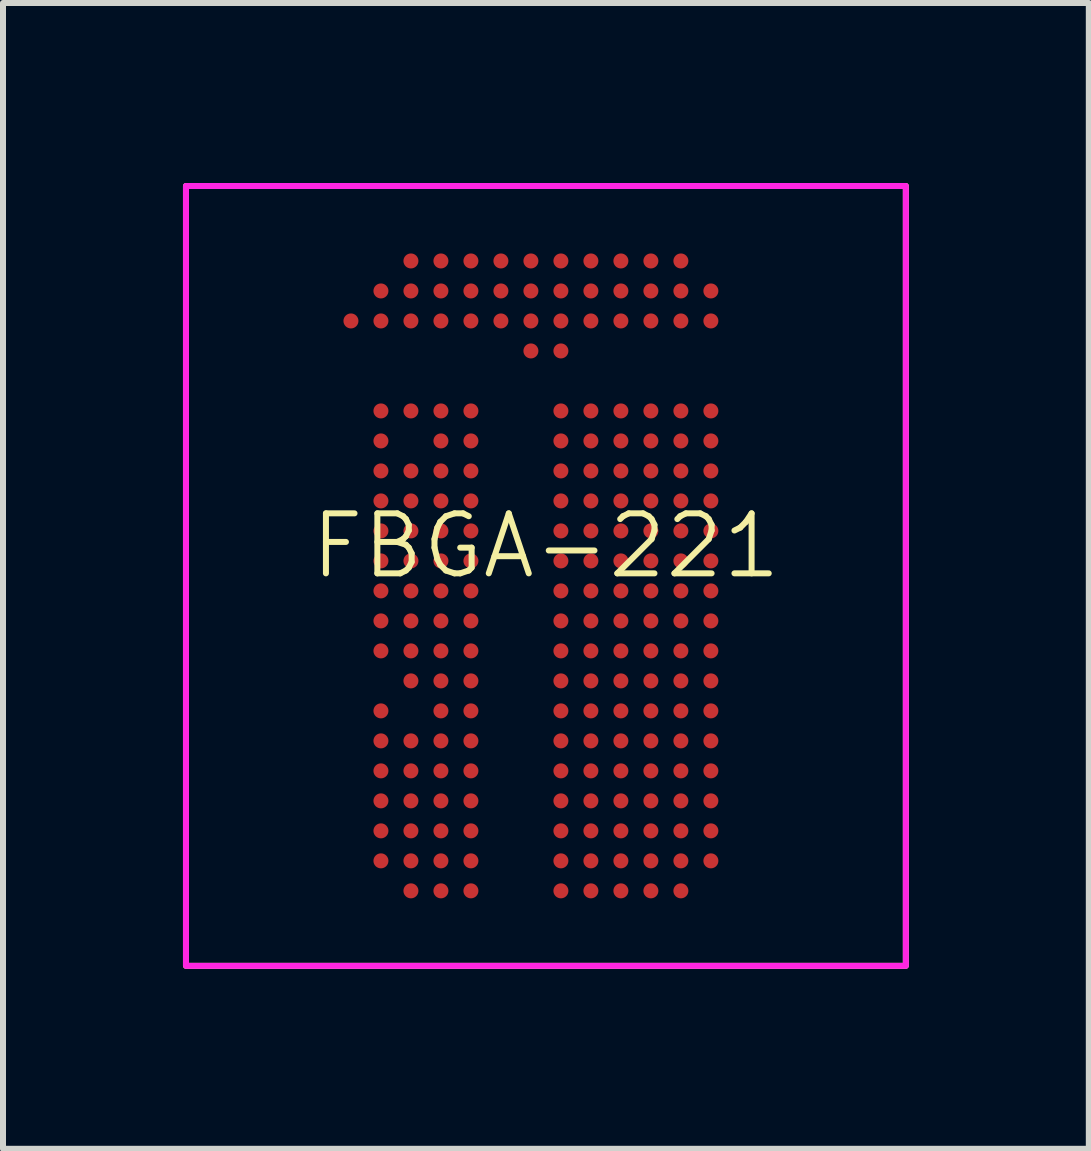
<source format=kicad_pcb>
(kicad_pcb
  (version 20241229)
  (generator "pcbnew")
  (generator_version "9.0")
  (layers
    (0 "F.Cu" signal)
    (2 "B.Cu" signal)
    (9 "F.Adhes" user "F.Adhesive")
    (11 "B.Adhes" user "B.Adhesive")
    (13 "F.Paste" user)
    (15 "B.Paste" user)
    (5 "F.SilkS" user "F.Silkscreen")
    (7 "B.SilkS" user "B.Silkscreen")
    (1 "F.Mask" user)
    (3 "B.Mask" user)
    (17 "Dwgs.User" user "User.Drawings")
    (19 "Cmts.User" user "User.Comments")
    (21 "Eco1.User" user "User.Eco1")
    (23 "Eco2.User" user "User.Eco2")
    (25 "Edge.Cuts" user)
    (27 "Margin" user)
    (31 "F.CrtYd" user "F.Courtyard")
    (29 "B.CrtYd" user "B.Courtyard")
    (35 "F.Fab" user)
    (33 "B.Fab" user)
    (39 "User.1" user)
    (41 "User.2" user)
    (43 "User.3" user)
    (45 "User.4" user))
  (footprint "FBGA-221"
    (layer "F.Cu")
    (at 6.05 6.55)
    (property "Reference" "FBGA-221" (at 0 -0.5 0) (unlocked yes) (layer "F.SilkS") (effects (font (size 1 1) (thickness 0.1))))
    (attr smd)
    (fp_rect (start -6 -6.5) (end 6 6.5) (stroke (width 0.1) (type solid)) (fill no) (layer "F.SilkS"))
    (fp_rect (start -6 -6.5) (end 6 6.5) (stroke (width 0.1) (type solid)) (fill no) (layer "F.CrtYd"))
    (pad "A3" smd circle (at -2.25 -5.25) (size 0.25 0.25) (layers "F.Cu" "F.Mask" "F.Paste"))
    (pad "A4" smd circle (at -1.75 -5.25) (size 0.25 0.25) (layers "F.Cu" "F.Mask" "F.Paste"))
    (pad "A5" smd circle (at -1.25 -5.25) (size 0.25 0.25) (layers "F.Cu" "F.Mask" "F.Paste"))
    (pad "A6" smd circle (at -0.75 -5.25) (size 0.25 0.25) (layers "F.Cu" "F.Mask" "F.Paste"))
    (pad "A7" smd circle (at -0.25 -5.25) (size 0.25 0.25) (layers "F.Cu" "F.Mask" "F.Paste"))
    (pad "A8" smd circle (at 0.25 -5.25) (size 0.25 0.25) (layers "F.Cu" "F.Mask" "F.Paste"))
    (pad "A9" smd circle (at 0.75 -5.25) (size 0.25 0.25) (layers "F.Cu" "F.Mask" "F.Paste"))
    (pad "A10" smd circle (at 1.25 -5.25) (size 0.25 0.25) (layers "F.Cu" "F.Mask" "F.Paste"))
    (pad "A11" smd circle (at 1.75 -5.25) (size 0.25 0.25) (layers "F.Cu" "F.Mask" "F.Paste"))
    (pad "A12" smd circle (at 2.25 -5.25) (size 0.25 0.25) (layers "F.Cu" "F.Mask" "F.Paste"))
    (pad "AA2" smd circle (at -2.75 4.75) (size 0.25 0.25) (layers "F.Cu" "F.Mask" "F.Paste"))
    (pad "AA3" smd circle (at -2.25 4.75) (size 0.25 0.25) (layers "F.Cu" "F.Mask" "F.Paste"))
    (pad "AA4" smd circle (at -1.75 4.75) (size 0.25 0.25) (layers "F.Cu" "F.Mask" "F.Paste"))
    (pad "AA5" smd circle (at -1.25 4.75) (size 0.25 0.25) (layers "F.Cu" "F.Mask" "F.Paste"))
    (pad "AA8" smd circle (at 0.25 4.75) (size 0.25 0.25) (layers "F.Cu" "F.Mask" "F.Paste"))
    (pad "AA9" smd circle (at 0.75 4.75) (size 0.25 0.25) (layers "F.Cu" "F.Mask" "F.Paste"))
    (pad "AA10" smd circle (at 1.25 4.75) (size 0.25 0.25) (layers "F.Cu" "F.Mask" "F.Paste"))
    (pad "AA11" smd circle (at 1.75 4.75) (size 0.25 0.25) (layers "F.Cu" "F.Mask" "F.Paste"))
    (pad "AA12" smd circle (at 2.25 4.75) (size 0.25 0.25) (layers "F.Cu" "F.Mask" "F.Paste"))
    (pad "AA13" smd circle (at 2.75 4.75) (size 0.25 0.25) (layers "F.Cu" "F.Mask" "F.Paste"))
    (pad "AB3" smd circle (at -2.25 5.25) (size 0.25 0.25) (layers "F.Cu" "F.Mask" "F.Paste"))
    (pad "AB4" smd circle (at -1.75 5.25) (size 0.25 0.25) (layers "F.Cu" "F.Mask" "F.Paste"))
    (pad "AB5" smd circle (at -1.25 5.25) (size 0.25 0.25) (layers "F.Cu" "F.Mask" "F.Paste"))
    (pad "AB8" smd circle (at 0.25 5.25) (size 0.25 0.25) (layers "F.Cu" "F.Mask" "F.Paste"))
    (pad "AB9" smd circle (at 0.75 5.25) (size 0.25 0.25) (layers "F.Cu" "F.Mask" "F.Paste"))
    (pad "AB10" smd circle (at 1.25 5.25) (size 0.25 0.25) (layers "F.Cu" "F.Mask" "F.Paste"))
    (pad "AB11" smd circle (at 1.75 5.25) (size 0.25 0.25) (layers "F.Cu" "F.Mask" "F.Paste"))
    (pad "AB12" smd circle (at 2.25 5.25) (size 0.25 0.25) (layers "F.Cu" "F.Mask" "F.Paste"))
    (pad "B2" smd circle (at -2.75 -4.75) (size 0.25 0.25) (layers "F.Cu" "F.Mask" "F.Paste"))
    (pad "B3" smd circle (at -2.25 -4.75) (size 0.25 0.25) (layers "F.Cu" "F.Mask" "F.Paste"))
    (pad "B4" smd circle (at -1.75 -4.75) (size 0.25 0.25) (layers "F.Cu" "F.Mask" "F.Paste"))
    (pad "B5" smd circle (at -1.25 -4.75) (size 0.25 0.25) (layers "F.Cu" "F.Mask" "F.Paste"))
    (pad "B6" smd circle (at -0.75 -4.75) (size 0.25 0.25) (layers "F.Cu" "F.Mask" "F.Paste"))
    (pad "B7" smd circle (at -0.25 -4.75) (size 0.25 0.25) (layers "F.Cu" "F.Mask" "F.Paste"))
    (pad "B8" smd circle (at 0.25 -4.75) (size 0.25 0.25) (layers "F.Cu" "F.Mask" "F.Paste"))
    (pad "B9" smd circle (at 0.75 -4.75) (size 0.25 0.25) (layers "F.Cu" "F.Mask" "F.Paste"))
    (pad "B10" smd circle (at 1.25 -4.75) (size 0.25 0.25) (layers "F.Cu" "F.Mask" "F.Paste"))
    (pad "B11" smd circle (at 1.75 -4.75) (size 0.25 0.25) (layers "F.Cu" "F.Mask" "F.Paste"))
    (pad "B12" smd circle (at 2.25 -4.75) (size 0.25 0.25) (layers "F.Cu" "F.Mask" "F.Paste"))
    (pad "B13" smd circle (at 2.75 -4.75) (size 0.25 0.25) (layers "F.Cu" "F.Mask" "F.Paste"))
    (pad "C1" smd circle (at -3.25 -4.25) (size 0.25 0.25) (layers "F.Cu" "F.Mask" "F.Paste"))
    (pad "C2" smd circle (at -2.75 -4.25) (size 0.25 0.25) (layers "F.Cu" "F.Mask" "F.Paste"))
    (pad "C3" smd circle (at -2.25 -4.25) (size 0.25 0.25) (layers "F.Cu" "F.Mask" "F.Paste"))
    (pad "C4" smd circle (at -1.75 -4.25) (size 0.25 0.25) (layers "F.Cu" "F.Mask" "F.Paste"))
    (pad "C5" smd circle (at -1.25 -4.25) (size 0.25 0.25) (layers "F.Cu" "F.Mask" "F.Paste"))
    (pad "C6" smd circle (at -0.75 -4.25) (size 0.25 0.25) (layers "F.Cu" "F.Mask" "F.Paste"))
    (pad "C7" smd circle (at -0.25 -4.25) (size 0.25 0.25) (layers "F.Cu" "F.Mask" "F.Paste"))
    (pad "C8" smd circle (at 0.25 -4.25) (size 0.25 0.25) (layers "F.Cu" "F.Mask" "F.Paste"))
    (pad "C9" smd circle (at 0.75 -4.25) (size 0.25 0.25) (layers "F.Cu" "F.Mask" "F.Paste"))
    (pad "C10" smd circle (at 1.25 -4.25) (size 0.25 0.25) (layers "F.Cu" "F.Mask" "F.Paste"))
    (pad "C11" smd circle (at 1.75 -4.25) (size 0.25 0.25) (layers "F.Cu" "F.Mask" "F.Paste"))
    (pad "C12" smd circle (at 2.25 -4.25) (size 0.25 0.25) (layers "F.Cu" "F.Mask" "F.Paste"))
    (pad "C13" smd circle (at 2.75 -4.25) (size 0.25 0.25) (layers "F.Cu" "F.Mask" "F.Paste"))
    (pad "D7" smd circle (at -0.25 -3.75) (size 0.25 0.25) (layers "F.Cu" "F.Mask" "F.Paste"))
    (pad "D8" smd circle (at 0.25 -3.75) (size 0.25 0.25) (layers "F.Cu" "F.Mask" "F.Paste"))
    (pad "F2" smd circle (at -2.75 -2.75) (size 0.25 0.25) (layers "F.Cu" "F.Mask" "F.Paste"))
    (pad "F3" smd circle (at -2.25 -2.75) (size 0.25 0.25) (layers "F.Cu" "F.Mask" "F.Paste"))
    (pad "F4" smd circle (at -1.75 -2.75) (size 0.25 0.25) (layers "F.Cu" "F.Mask" "F.Paste"))
    (pad "F5" smd circle (at -1.25 -2.75) (size 0.25 0.25) (layers "F.Cu" "F.Mask" "F.Paste"))
    (pad "F8" smd circle (at 0.25 -2.75) (size 0.25 0.25) (layers "F.Cu" "F.Mask" "F.Paste"))
    (pad "F9" smd circle (at 0.75 -2.75) (size 0.25 0.25) (layers "F.Cu" "F.Mask" "F.Paste"))
    (pad "F10" smd circle (at 1.25 -2.75) (size 0.25 0.25) (layers "F.Cu" "F.Mask" "F.Paste"))
    (pad "F11" smd circle (at 1.75 -2.75) (size 0.25 0.25) (layers "F.Cu" "F.Mask" "F.Paste"))
    (pad "F12" smd circle (at 2.25 -2.75) (size 0.25 0.25) (layers "F.Cu" "F.Mask" "F.Paste"))
    (pad "F13" smd circle (at 2.75 -2.75) (size 0.25 0.25) (layers "F.Cu" "F.Mask" "F.Paste"))
    (pad "G2" smd circle (at -2.75 -2.25) (size 0.25 0.25) (layers "F.Cu" "F.Mask" "F.Paste"))
    (pad "G4" smd circle (at -1.75 -2.25) (size 0.25 0.25) (layers "F.Cu" "F.Mask" "F.Paste"))
    (pad "G5" smd circle (at -1.25 -2.25) (size 0.25 0.25) (layers "F.Cu" "F.Mask" "F.Paste"))
    (pad "G8" smd circle (at 0.25 -2.25) (size 0.25 0.25) (layers "F.Cu" "F.Mask" "F.Paste"))
    (pad "G9" smd circle (at 0.75 -2.25) (size 0.25 0.25) (layers "F.Cu" "F.Mask" "F.Paste"))
    (pad "G10" smd circle (at 1.25 -2.25) (size 0.25 0.25) (layers "F.Cu" "F.Mask" "F.Paste"))
    (pad "G11" smd circle (at 1.75 -2.25) (size 0.25 0.25) (layers "F.Cu" "F.Mask" "F.Paste"))
    (pad "G12" smd circle (at 2.25 -2.25) (size 0.25 0.25) (layers "F.Cu" "F.Mask" "F.Paste"))
    (pad "G13" smd circle (at 2.75 -2.25) (size 0.25 0.25) (layers "F.Cu" "F.Mask" "F.Paste"))
    (pad "H2" smd circle (at -2.75 -1.75) (size 0.25 0.25) (layers "F.Cu" "F.Mask" "F.Paste"))
    (pad "H3" smd circle (at -2.25 -1.75) (size 0.25 0.25) (layers "F.Cu" "F.Mask" "F.Paste"))
    (pad "H4" smd circle (at -1.75 -1.75) (size 0.25 0.25) (layers "F.Cu" "F.Mask" "F.Paste"))
    (pad "H5" smd circle (at -1.25 -1.75) (size 0.25 0.25) (layers "F.Cu" "F.Mask" "F.Paste"))
    (pad "H8" smd circle (at 0.25 -1.75) (size 0.25 0.25) (layers "F.Cu" "F.Mask" "F.Paste"))
    (pad "H9" smd circle (at 0.75 -1.75) (size 0.25 0.25) (layers "F.Cu" "F.Mask" "F.Paste"))
    (pad "H10" smd circle (at 1.25 -1.75) (size 0.25 0.25) (layers "F.Cu" "F.Mask" "F.Paste"))
    (pad "H11" smd circle (at 1.75 -1.75) (size 0.25 0.25) (layers "F.Cu" "F.Mask" "F.Paste"))
    (pad "H12" smd circle (at 2.25 -1.75) (size 0.25 0.25) (layers "F.Cu" "F.Mask" "F.Paste"))
    (pad "H13" smd circle (at 2.75 -1.75) (size 0.25 0.25) (layers "F.Cu" "F.Mask" "F.Paste"))
    (pad "J2" smd circle (at -2.75 -1.25) (size 0.25 0.25) (layers "F.Cu" "F.Mask" "F.Paste"))
    (pad "J3" smd circle (at -2.25 -1.25) (size 0.25 0.25) (layers "F.Cu" "F.Mask" "F.Paste"))
    (pad "J4" smd circle (at -1.75 -1.25) (size 0.25 0.25) (layers "F.Cu" "F.Mask" "F.Paste"))
    (pad "J5" smd circle (at -1.25 -1.25) (size 0.25 0.25) (layers "F.Cu" "F.Mask" "F.Paste"))
    (pad "J8" smd circle (at 0.25 -1.25) (size 0.25 0.25) (layers "F.Cu" "F.Mask" "F.Paste"))
    (pad "J9" smd circle (at 0.75 -1.25) (size 0.25 0.25) (layers "F.Cu" "F.Mask" "F.Paste"))
    (pad "J10" smd circle (at 1.25 -1.25) (size 0.25 0.25) (layers "F.Cu" "F.Mask" "F.Paste"))
    (pad "J11" smd circle (at 1.75 -1.25) (size 0.25 0.25) (layers "F.Cu" "F.Mask" "F.Paste"))
    (pad "J12" smd circle (at 2.25 -1.25) (size 0.25 0.25) (layers "F.Cu" "F.Mask" "F.Paste"))
    (pad "J13" smd circle (at 2.75 -1.25) (size 0.25 0.25) (layers "F.Cu" "F.Mask" "F.Paste"))
    (pad "K2" smd circle (at -2.75 -0.75) (size 0.25 0.25) (layers "F.Cu" "F.Mask" "F.Paste"))
    (pad "K3" smd circle (at -2.25 -0.75) (size 0.25 0.25) (layers "F.Cu" "F.Mask" "F.Paste"))
    (pad "K4" smd circle (at -1.75 -0.75) (size 0.25 0.25) (layers "F.Cu" "F.Mask" "F.Paste"))
    (pad "K5" smd circle (at -1.25 -0.75) (size 0.25 0.25) (layers "F.Cu" "F.Mask" "F.Paste"))
    (pad "K8" smd circle (at 0.25 -0.75) (size 0.25 0.25) (layers "F.Cu" "F.Mask" "F.Paste"))
    (pad "K9" smd circle (at 0.75 -0.75) (size 0.25 0.25) (layers "F.Cu" "F.Mask" "F.Paste"))
    (pad "K10" smd circle (at 1.25 -0.75) (size 0.25 0.25) (layers "F.Cu" "F.Mask" "F.Paste"))
    (pad "K11" smd circle (at 1.75 -0.75) (size 0.25 0.25) (layers "F.Cu" "F.Mask" "F.Paste"))
    (pad "K12" smd circle (at 2.25 -0.75) (size 0.25 0.25) (layers "F.Cu" "F.Mask" "F.Paste"))
    (pad "K13" smd circle (at 2.75 -0.75) (size 0.25 0.25) (layers "F.Cu" "F.Mask" "F.Paste"))
    (pad "L2" smd circle (at -2.75 -0.25) (size 0.25 0.25) (layers "F.Cu" "F.Mask" "F.Paste"))
    (pad "L3" smd circle (at -2.25 -0.25) (size 0.25 0.25) (layers "F.Cu" "F.Mask" "F.Paste"))
    (pad "L4" smd circle (at -1.75 -0.25) (size 0.25 0.25) (layers "F.Cu" "F.Mask" "F.Paste"))
    (pad "L5" smd circle (at -1.25 -0.25) (size 0.25 0.25) (layers "F.Cu" "F.Mask" "F.Paste"))
    (pad "L8" smd circle (at 0.25 -0.25) (size 0.25 0.25) (layers "F.Cu" "F.Mask" "F.Paste"))
    (pad "L9" smd circle (at 0.75 -0.25) (size 0.25 0.25) (layers "F.Cu" "F.Mask" "F.Paste"))
    (pad "L10" smd circle (at 1.25 -0.25) (size 0.25 0.25) (layers "F.Cu" "F.Mask" "F.Paste"))
    (pad "L11" smd circle (at 1.75 -0.25) (size 0.25 0.25) (layers "F.Cu" "F.Mask" "F.Paste"))
    (pad "L12" smd circle (at 2.25 -0.25) (size 0.25 0.25) (layers "F.Cu" "F.Mask" "F.Paste"))
    (pad "L13" smd circle (at 2.75 -0.25) (size 0.25 0.25) (layers "F.Cu" "F.Mask" "F.Paste"))
    (pad "M2" smd circle (at -2.75 0.25) (size 0.25 0.25) (layers "F.Cu" "F.Mask" "F.Paste"))
    (pad "M3" smd circle (at -2.25 0.25) (size 0.25 0.25) (layers "F.Cu" "F.Mask" "F.Paste"))
    (pad "M4" smd circle (at -1.75 0.25) (size 0.25 0.25) (layers "F.Cu" "F.Mask" "F.Paste"))
    (pad "M5" smd circle (at -1.25 0.25) (size 0.25 0.25) (layers "F.Cu" "F.Mask" "F.Paste"))
    (pad "M8" smd circle (at 0.25 0.25) (size 0.25 0.25) (layers "F.Cu" "F.Mask" "F.Paste"))
    (pad "M9" smd circle (at 0.75 0.25) (size 0.25 0.25) (layers "F.Cu" "F.Mask" "F.Paste"))
    (pad "M10" smd circle (at 1.25 0.25) (size 0.25 0.25) (layers "F.Cu" "F.Mask" "F.Paste"))
    (pad "M11" smd circle (at 1.75 0.25) (size 0.25 0.25) (layers "F.Cu" "F.Mask" "F.Paste"))
    (pad "M12" smd circle (at 2.25 0.25) (size 0.25 0.25) (layers "F.Cu" "F.Mask" "F.Paste"))
    (pad "M13" smd circle (at 2.75 0.25) (size 0.25 0.25) (layers "F.Cu" "F.Mask" "F.Paste"))
    (pad "N2" smd circle (at -2.75 0.75) (size 0.25 0.25) (layers "F.Cu" "F.Mask" "F.Paste"))
    (pad "N3" smd circle (at -2.25 0.75) (size 0.25 0.25) (layers "F.Cu" "F.Mask" "F.Paste"))
    (pad "N4" smd circle (at -1.75 0.75) (size 0.25 0.25) (layers "F.Cu" "F.Mask" "F.Paste"))
    (pad "N5" smd circle (at -1.25 0.75) (size 0.25 0.25) (layers "F.Cu" "F.Mask" "F.Paste"))
    (pad "N8" smd circle (at 0.25 0.75) (size 0.25 0.25) (layers "F.Cu" "F.Mask" "F.Paste"))
    (pad "N9" smd circle (at 0.75 0.75) (size 0.25 0.25) (layers "F.Cu" "F.Mask" "F.Paste"))
    (pad "N10" smd circle (at 1.25 0.75) (size 0.25 0.25) (layers "F.Cu" "F.Mask" "F.Paste"))
    (pad "N11" smd circle (at 1.75 0.75) (size 0.25 0.25) (layers "F.Cu" "F.Mask" "F.Paste"))
    (pad "N12" smd circle (at 2.25 0.75) (size 0.25 0.25) (layers "F.Cu" "F.Mask" "F.Paste"))
    (pad "N13" smd circle (at 2.75 0.75) (size 0.25 0.25) (layers "F.Cu" "F.Mask" "F.Paste"))
    (pad "P2" smd circle (at -2.75 1.25) (size 0.25 0.25) (layers "F.Cu" "F.Mask" "F.Paste"))
    (pad "P3" smd circle (at -2.25 1.25) (size 0.25 0.25) (layers "F.Cu" "F.Mask" "F.Paste"))
    (pad "P4" smd circle (at -1.75 1.25) (size 0.25 0.25) (layers "F.Cu" "F.Mask" "F.Paste"))
    (pad "P5" smd circle (at -1.25 1.25) (size 0.25 0.25) (layers "F.Cu" "F.Mask" "F.Paste"))
    (pad "P8" smd circle (at 0.25 1.25) (size 0.25 0.25) (layers "F.Cu" "F.Mask" "F.Paste"))
    (pad "P9" smd circle (at 0.75 1.25) (size 0.25 0.25) (layers "F.Cu" "F.Mask" "F.Paste"))
    (pad "P10" smd circle (at 1.25 1.25) (size 0.25 0.25) (layers "F.Cu" "F.Mask" "F.Paste"))
    (pad "P11" smd circle (at 1.75 1.25) (size 0.25 0.25) (layers "F.Cu" "F.Mask" "F.Paste"))
    (pad "P12" smd circle (at 2.25 1.25) (size 0.25 0.25) (layers "F.Cu" "F.Mask" "F.Paste"))
    (pad "P13" smd circle (at 2.75 1.25) (size 0.25 0.25) (layers "F.Cu" "F.Mask" "F.Paste"))
    (pad "R3" smd circle (at -2.25 1.75) (size 0.25 0.25) (layers "F.Cu" "F.Mask" "F.Paste"))
    (pad "R4" smd circle (at -1.75 1.75) (size 0.25 0.25) (layers "F.Cu" "F.Mask" "F.Paste"))
    (pad "R5" smd circle (at -1.25 1.75) (size 0.25 0.25) (layers "F.Cu" "F.Mask" "F.Paste"))
    (pad "R8" smd circle (at 0.25 1.75) (size 0.25 0.25) (layers "F.Cu" "F.Mask" "F.Paste"))
    (pad "R9" smd circle (at 0.75 1.75) (size 0.25 0.25) (layers "F.Cu" "F.Mask" "F.Paste"))
    (pad "R10" smd circle (at 1.25 1.75) (size 0.25 0.25) (layers "F.Cu" "F.Mask" "F.Paste"))
    (pad "R11" smd circle (at 1.75 1.75) (size 0.25 0.25) (layers "F.Cu" "F.Mask" "F.Paste"))
    (pad "R12" smd circle (at 2.25 1.75) (size 0.25 0.25) (layers "F.Cu" "F.Mask" "F.Paste"))
    (pad "R13" smd circle (at 2.75 1.75) (size 0.25 0.25) (layers "F.Cu" "F.Mask" "F.Paste"))
    (pad "T2" smd circle (at -2.75 2.25) (size 0.25 0.25) (layers "F.Cu" "F.Mask" "F.Paste"))
    (pad "T4" smd circle (at -1.75 2.25) (size 0.25 0.25) (layers "F.Cu" "F.Mask" "F.Paste"))
    (pad "T5" smd circle (at -1.25 2.25) (size 0.25 0.25) (layers "F.Cu" "F.Mask" "F.Paste"))
    (pad "T8" smd circle (at 0.25 2.25) (size 0.25 0.25) (layers "F.Cu" "F.Mask" "F.Paste"))
    (pad "T9" smd circle (at 0.75 2.25) (size 0.25 0.25) (layers "F.Cu" "F.Mask" "F.Paste"))
    (pad "T10" smd circle (at 1.25 2.25) (size 0.25 0.25) (layers "F.Cu" "F.Mask" "F.Paste"))
    (pad "T11" smd circle (at 1.75 2.25) (size 0.25 0.25) (layers "F.Cu" "F.Mask" "F.Paste"))
    (pad "T12" smd circle (at 2.25 2.25) (size 0.25 0.25) (layers "F.Cu" "F.Mask" "F.Paste"))
    (pad "T13" smd circle (at 2.75 2.25) (size 0.25 0.25) (layers "F.Cu" "F.Mask" "F.Paste"))
    (pad "U2" smd circle (at -2.75 2.75) (size 0.25 0.25) (layers "F.Cu" "F.Mask" "F.Paste"))
    (pad "U3" smd circle (at -2.25 2.75) (size 0.25 0.25) (layers "F.Cu" "F.Mask" "F.Paste"))
    (pad "U4" smd circle (at -1.75 2.75) (size 0.25 0.25) (layers "F.Cu" "F.Mask" "F.Paste"))
    (pad "U5" smd circle (at -1.25 2.75) (size 0.25 0.25) (layers "F.Cu" "F.Mask" "F.Paste"))
    (pad "U8" smd circle (at 0.25 2.75) (size 0.25 0.25) (layers "F.Cu" "F.Mask" "F.Paste"))
    (pad "U9" smd circle (at 0.75 2.75) (size 0.25 0.25) (layers "F.Cu" "F.Mask" "F.Paste"))
    (pad "U10" smd circle (at 1.25 2.75) (size 0.25 0.25) (layers "F.Cu" "F.Mask" "F.Paste"))
    (pad "U11" smd circle (at 1.75 2.75) (size 0.25 0.25) (layers "F.Cu" "F.Mask" "F.Paste"))
    (pad "U12" smd circle (at 2.25 2.75) (size 0.25 0.25) (layers "F.Cu" "F.Mask" "F.Paste"))
    (pad "U13" smd circle (at 2.75 2.75) (size 0.25 0.25) (layers "F.Cu" "F.Mask" "F.Paste"))
    (pad "V2" smd circle (at -2.75 3.25) (size 0.25 0.25) (layers "F.Cu" "F.Mask" "F.Paste"))
    (pad "V3" smd circle (at -2.25 3.25) (size 0.25 0.25) (layers "F.Cu" "F.Mask" "F.Paste"))
    (pad "V4" smd circle (at -1.75 3.25) (size 0.25 0.25) (layers "F.Cu" "F.Mask" "F.Paste"))
    (pad "V5" smd circle (at -1.25 3.25) (size 0.25 0.25) (layers "F.Cu" "F.Mask" "F.Paste"))
    (pad "V8" smd circle (at 0.25 3.25) (size 0.25 0.25) (layers "F.Cu" "F.Mask" "F.Paste"))
    (pad "V9" smd circle (at 0.75 3.25) (size 0.25 0.25) (layers "F.Cu" "F.Mask" "F.Paste"))
    (pad "V10" smd circle (at 1.25 3.25) (size 0.25 0.25) (layers "F.Cu" "F.Mask" "F.Paste"))
    (pad "V11" smd circle (at 1.75 3.25) (size 0.25 0.25) (layers "F.Cu" "F.Mask" "F.Paste"))
    (pad "V12" smd circle (at 2.25 3.25) (size 0.25 0.25) (layers "F.Cu" "F.Mask" "F.Paste"))
    (pad "V13" smd circle (at 2.75 3.25) (size 0.25 0.25) (layers "F.Cu" "F.Mask" "F.Paste"))
    (pad "W2" smd circle (at -2.75 3.75) (size 0.25 0.25) (layers "F.Cu" "F.Mask" "F.Paste"))
    (pad "W3" smd circle (at -2.25 3.75) (size 0.25 0.25) (layers "F.Cu" "F.Mask" "F.Paste"))
    (pad "W4" smd circle (at -1.75 3.75) (size 0.25 0.25) (layers "F.Cu" "F.Mask" "F.Paste"))
    (pad "W5" smd circle (at -1.25 3.75) (size 0.25 0.25) (layers "F.Cu" "F.Mask" "F.Paste"))
    (pad "W8" smd circle (at 0.25 3.75) (size 0.25 0.25) (layers "F.Cu" "F.Mask" "F.Paste"))
    (pad "W9" smd circle (at 0.75 3.75) (size 0.25 0.25) (layers "F.Cu" "F.Mask" "F.Paste"))
    (pad "W10" smd circle (at 1.25 3.75) (size 0.25 0.25) (layers "F.Cu" "F.Mask" "F.Paste"))
    (pad "W11" smd circle (at 1.75 3.75) (size 0.25 0.25) (layers "F.Cu" "F.Mask" "F.Paste"))
    (pad "W12" smd circle (at 2.25 3.75) (size 0.25 0.25) (layers "F.Cu" "F.Mask" "F.Paste"))
    (pad "W13" smd circle (at 2.75 3.75) (size 0.25 0.25) (layers "F.Cu" "F.Mask" "F.Paste"))
    (pad "Y2" smd circle (at -2.75 4.25) (size 0.25 0.25) (layers "F.Cu" "F.Mask" "F.Paste"))
    (pad "Y3" smd circle (at -2.25 4.25) (size 0.25 0.25) (layers "F.Cu" "F.Mask" "F.Paste"))
    (pad "Y4" smd circle (at -1.75 4.25) (size 0.25 0.25) (layers "F.Cu" "F.Mask" "F.Paste"))
    (pad "Y5" smd circle (at -1.25 4.25) (size 0.25 0.25) (layers "F.Cu" "F.Mask" "F.Paste"))
    (pad "Y8" smd circle (at 0.25 4.25) (size 0.25 0.25) (layers "F.Cu" "F.Mask" "F.Paste"))
    (pad "Y9" smd circle (at 0.75 4.25) (size 0.25 0.25) (layers "F.Cu" "F.Mask" "F.Paste"))
    (pad "Y10" smd circle (at 1.25 4.25) (size 0.25 0.25) (layers "F.Cu" "F.Mask" "F.Paste"))
    (pad "Y11" smd circle (at 1.75 4.25) (size 0.25 0.25) (layers "F.Cu" "F.Mask" "F.Paste"))
    (pad "Y12" smd circle (at 2.25 4.25) (size 0.25 0.25) (layers "F.Cu" "F.Mask" "F.Paste"))
    (pad "Y13" smd circle (at 2.75 4.25) (size 0.25 0.25) (layers "F.Cu" "F.Mask" "F.Paste")))
  (gr_rect
    (start -3 -3)
    (end 15.1 16.1)
    (stroke (width 0.1) (type default))
    (fill no)
    (layer "Edge.Cuts")))
</source>
